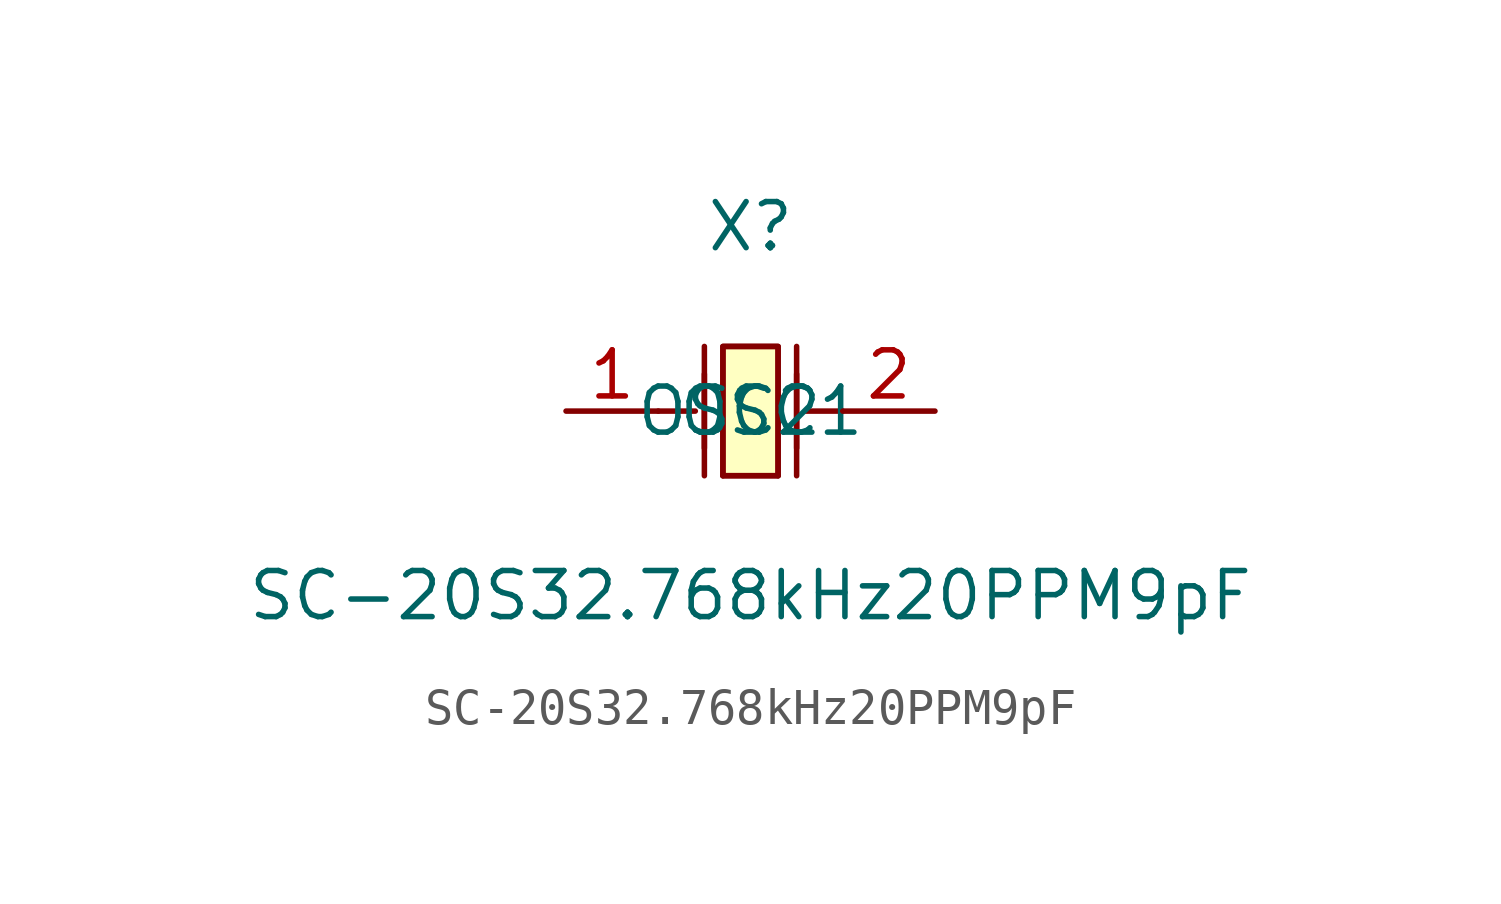
<source format=kicad_sym>
(kicad_symbol_lib
  (version 20211014)
  (generator https://github.com/uPesy/easyeda2kicad.py)
  (symbol "SC-20S32.768kHz20PPM9pF"
    (property "Reference" "X"
      (at 0 5.08 0)
      (effects (font (size 1.27 1.27))))
    (property "Value" "SC-20S32.768kHz20PPM9pF"
      (at 0 -5.08 0)
      (effects (font (size 1.27 1.27))))
    (symbol "SC-20S32.768kHz20PPM9pF_0_1"
      (polyline (pts (xy -1.27 -1.02) (xy -1.27 1.02)) (stroke (width 0) (type default) (color 0 0 0 0)) (fill (type none)))
      (polyline (pts (xy 0.76 -1.78) (xy -0.76 -1.78)) (stroke (width 0) (type default) (color 0 0 0 0)) (fill (type none)))
      (polyline (pts (xy 1.27 -1.02) (xy 1.27 1.02)) (stroke (width 0) (type default) (color 0 0 0 0)) (fill (type none)))
      (polyline (pts (xy -0.76 -1.78) (xy -0.76 1.78) (xy 0.76 1.78) (xy 0.76 -1.78)) (stroke (width 0) (type default) (color 0 0 0 0)) (fill (type none)))
      (polyline (pts (xy 2.54 -0.00) (xy 1.52 -0.00)) (stroke (width 0) (type default) (color 0 0 0 0)) (fill (type none)))
      (polyline (pts (xy -2.54 -0.00) (xy -1.52 -0.00)) (stroke (width 0) (type default) (color 0 0 0 0)) (fill (type none)))
      (polyline (pts (xy 1.27 -1.78) (xy 1.27 1.78)) (stroke (width 0) (type default) (color 0 0 0 0)) (fill (type none)))
      (polyline (pts (xy -1.27 -1.78) (xy -1.27 1.78)) (stroke (width 0) (type default) (color 0 0 0 0)) (fill (type none)))
      (polyline (pts (xy 0.76 1.78) (xy 0.76 -1.78) (xy -0.76 -1.78) (xy -0.76 1.78) (xy 0.76 1.78)) (stroke (width 0) (type default) (color 0 0 0 0)) (fill (type background)))
      (pin input line (at -5.08 -0.00 0) (length 2.54) (name "OSC1" (effects (font (size 1.27 1.27)))) (number "1" (effects (font (size 1.27 1.27)))))
      (pin input line (at 5.08 -0.00 180) (length 2.54) (name "OSC2" (effects (font (size 1.27 1.27)))) (number "2" (effects (font (size 1.27 1.27))))))))
</source>
